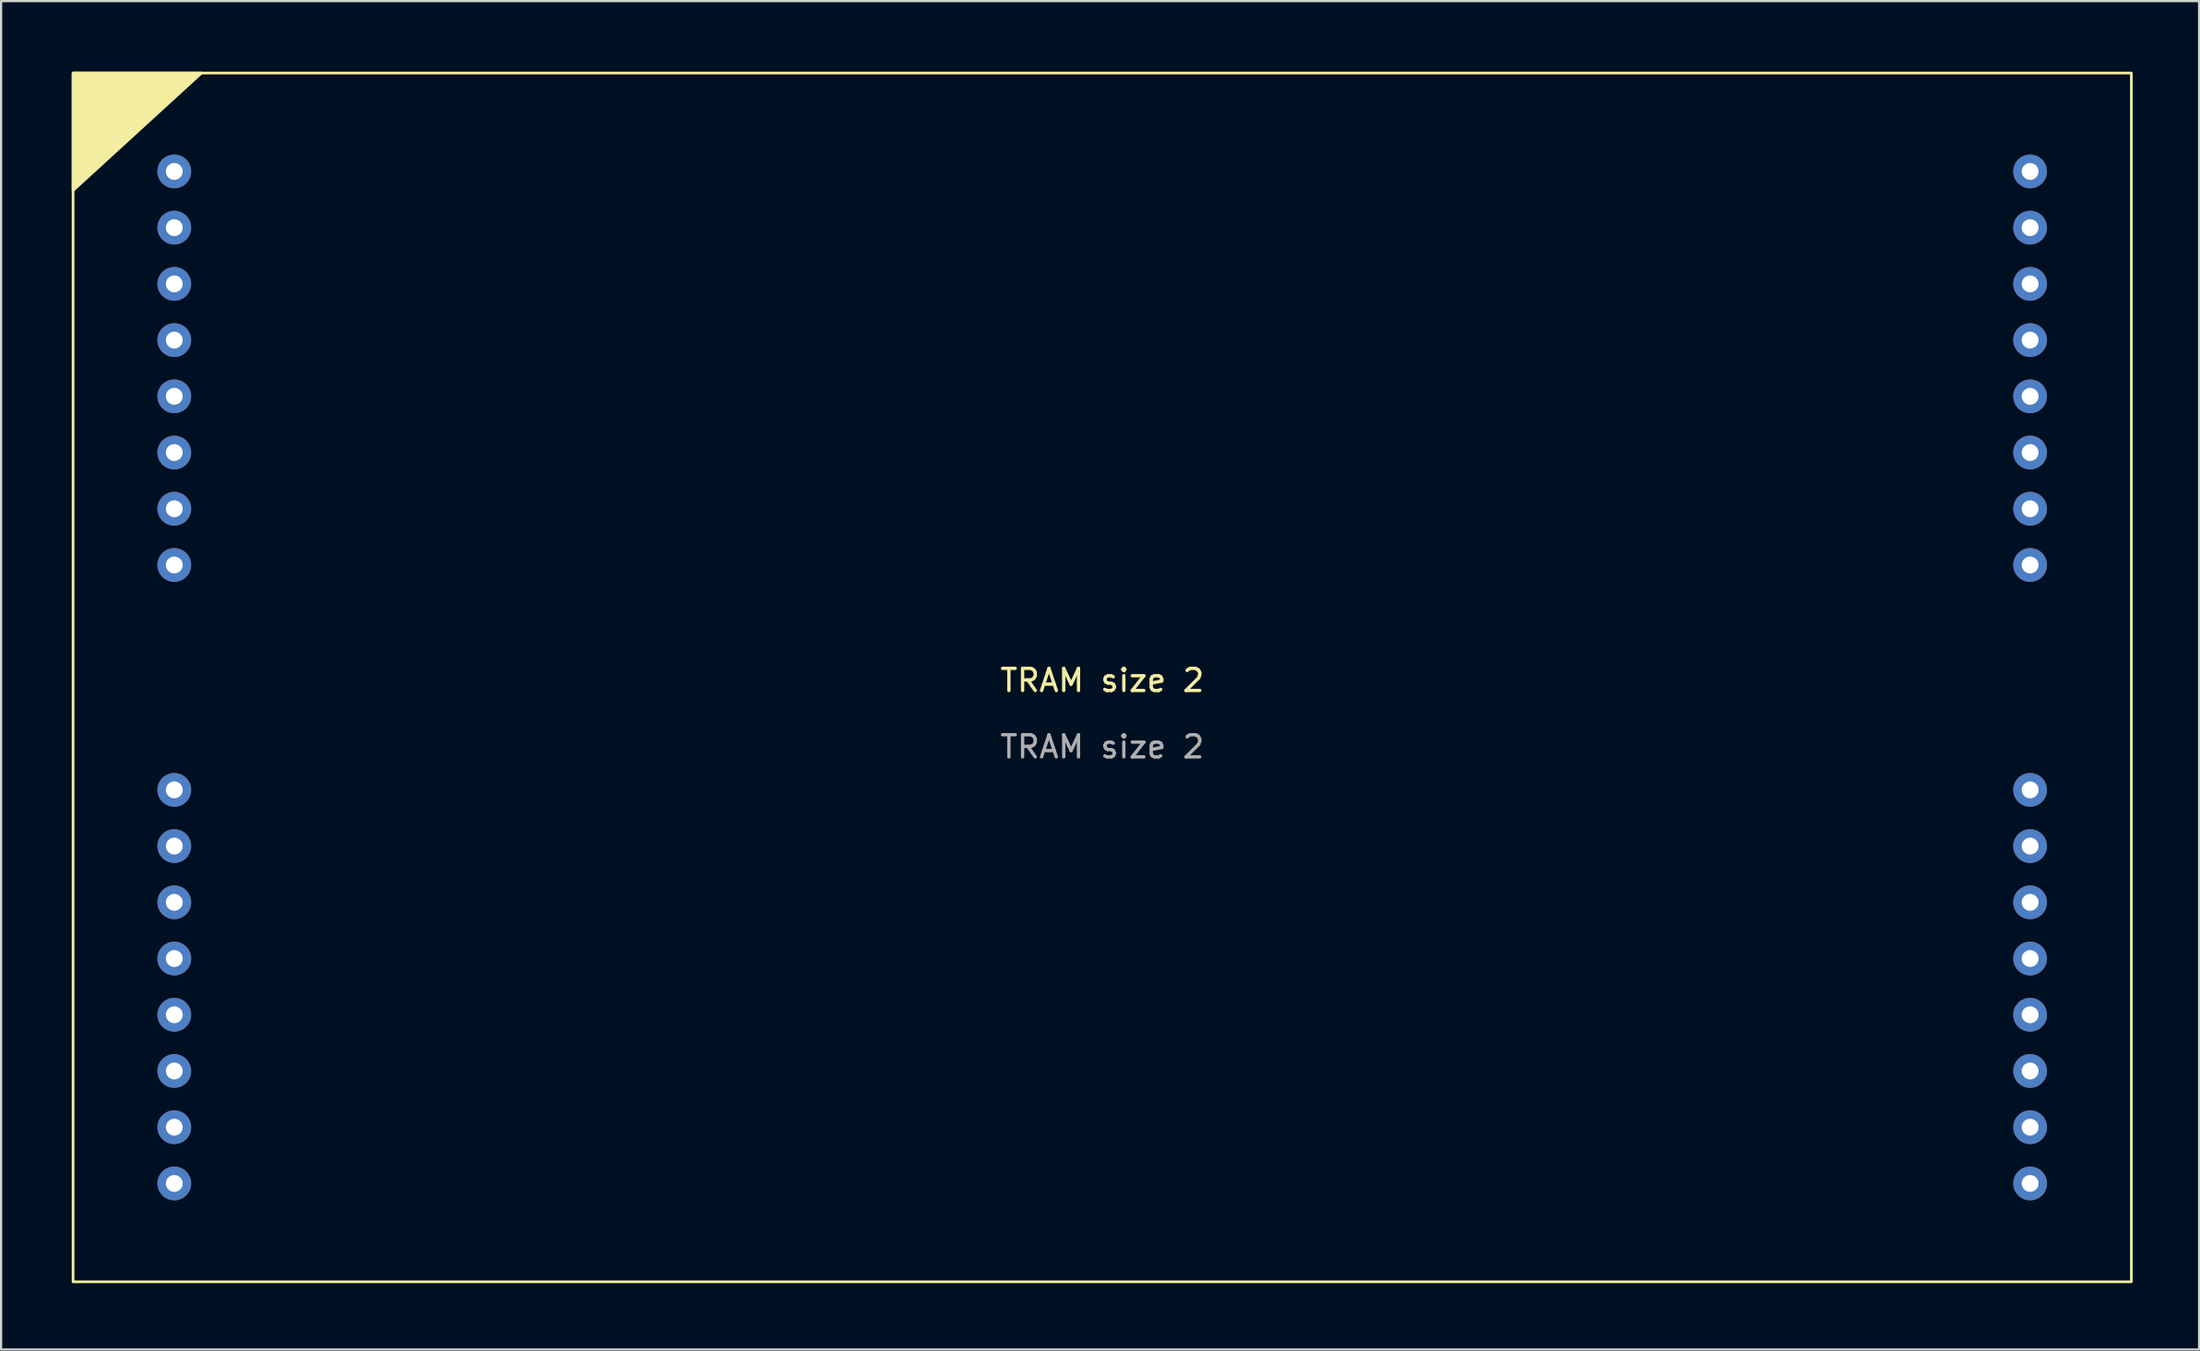
<source format=kicad_pcb>
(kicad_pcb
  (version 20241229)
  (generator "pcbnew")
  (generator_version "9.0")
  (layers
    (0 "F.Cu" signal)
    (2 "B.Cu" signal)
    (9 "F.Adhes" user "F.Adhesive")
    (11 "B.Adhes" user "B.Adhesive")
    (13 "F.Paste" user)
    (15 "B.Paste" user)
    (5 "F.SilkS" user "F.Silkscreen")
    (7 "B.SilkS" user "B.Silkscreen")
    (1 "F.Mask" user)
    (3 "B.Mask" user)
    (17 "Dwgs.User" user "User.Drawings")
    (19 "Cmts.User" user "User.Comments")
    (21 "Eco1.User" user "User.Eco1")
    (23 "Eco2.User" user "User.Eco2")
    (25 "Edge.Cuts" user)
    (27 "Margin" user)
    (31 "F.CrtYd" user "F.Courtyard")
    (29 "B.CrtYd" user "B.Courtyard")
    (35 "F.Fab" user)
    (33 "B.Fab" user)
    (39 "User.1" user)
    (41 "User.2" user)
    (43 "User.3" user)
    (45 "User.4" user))
  (footprint "TRAM size 2"
    (layer "F.Cu")
    (at 0.25 0.25)
    (property "Reference" "TRAM size 2" (at 46.482 27.44 0) (unlocked yes) (layer "F.SilkS") (effects (font (size 1 1) (thickness 0.15))))
    (attr through_hole)
    (fp_rect (start 0 0) (end 92.964 54.61) (stroke (width 0.12) (type solid)) (fill no) (layer "F.SilkS"))
    (fp_poly (pts (xy 0 5.304) (xy 0 0) (xy 5.798 0)) (stroke (width 0.12) (type solid)) (fill yes) (layer "F.SilkS"))
    (fp_text user "${REFERENCE}" (at 46.482 30.44 0) (unlocked yes) (layer "F.Fab") (effects (font (size 1 1) (thickness 0.15))))
    (pad "1" thru_hole circle (at 4.572 4.445) (size 1.524 1.524) (drill 0.762) (layers "*.Cu" "*.Mask"))
    (pad "2" thru_hole circle (at 4.572 6.985) (size 1.524 1.524) (drill 0.762) (layers "*.Cu" "*.Mask"))
    (pad "3" thru_hole circle (at 4.572 9.525) (size 1.524 1.524) (drill 0.762) (layers "*.Cu" "*.Mask"))
    (pad "4" thru_hole circle (at 4.572 12.065) (size 1.524 1.524) (drill 0.762) (layers "*.Cu" "*.Mask"))
    (pad "5" thru_hole circle (at 4.572 14.605) (size 1.524 1.524) (drill 0.762) (layers "*.Cu" "*.Mask"))
    (pad "6" thru_hole circle (at 4.572 17.145) (size 1.524 1.524) (drill 0.762) (layers "*.Cu" "*.Mask"))
    (pad "7" thru_hole circle (at 4.572 19.685) (size 1.524 1.524) (drill 0.762) (layers "*.Cu" "*.Mask"))
    (pad "8" thru_hole circle (at 4.572 22.225) (size 1.524 1.524) (drill 0.762) (layers "*.Cu" "*.Mask"))
    (pad "9" thru_hole circle (at 4.572 32.385) (size 1.524 1.524) (drill 0.762) (layers "*.Cu" "*.Mask"))
    (pad "10" thru_hole circle (at 4.572 34.925) (size 1.524 1.524) (drill 0.762) (layers "*.Cu" "*.Mask"))
    (pad "11" thru_hole circle (at 4.572 37.465) (size 1.524 1.524) (drill 0.762) (layers "*.Cu" "*.Mask"))
    (pad "12" thru_hole circle (at 4.572 40.005) (size 1.524 1.524) (drill 0.762) (layers "*.Cu" "*.Mask"))
    (pad "13" thru_hole circle (at 4.572 42.545) (size 1.524 1.524) (drill 0.762) (layers "*.Cu" "*.Mask"))
    (pad "14" thru_hole circle (at 4.572 45.085) (size 1.524 1.524) (drill 0.762) (layers "*.Cu" "*.Mask"))
    (pad "15" thru_hole circle (at 4.572 47.625) (size 1.524 1.524) (drill 0.762) (layers "*.Cu" "*.Mask"))
    (pad "16" thru_hole circle (at 4.572 50.165) (size 1.524 1.524) (drill 0.762) (layers "*.Cu" "*.Mask"))
    (pad "17" thru_hole circle (at 88.392 50.165) (size 1.524 1.524) (drill 0.762) (layers "*.Cu" "*.Mask"))
    (pad "18" thru_hole circle (at 88.392 47.625) (size 1.524 1.524) (drill 0.762) (layers "*.Cu" "*.Mask"))
    (pad "19" thru_hole circle (at 88.392 45.085) (size 1.524 1.524) (drill 0.762) (layers "*.Cu" "*.Mask"))
    (pad "20" thru_hole circle (at 88.392 42.545) (size 1.524 1.524) (drill 0.762) (layers "*.Cu" "*.Mask"))
    (pad "21" thru_hole circle (at 88.392 40.005) (size 1.524 1.524) (drill 0.762) (layers "*.Cu" "*.Mask"))
    (pad "22" thru_hole circle (at 88.392 37.465) (size 1.524 1.524) (drill 0.762) (layers "*.Cu" "*.Mask"))
    (pad "23" thru_hole circle (at 88.392 34.925) (size 1.524 1.524) (drill 0.762) (layers "*.Cu" "*.Mask"))
    (pad "24" thru_hole circle (at 88.392 32.385) (size 1.524 1.524) (drill 0.762) (layers "*.Cu" "*.Mask"))
    (pad "25" thru_hole circle (at 88.392 22.225) (size 1.524 1.524) (drill 0.762) (layers "*.Cu" "*.Mask"))
    (pad "26" thru_hole circle (at 88.392 19.685) (size 1.524 1.524) (drill 0.762) (layers "*.Cu" "*.Mask"))
    (pad "27" thru_hole circle (at 88.392 17.145) (size 1.524 1.524) (drill 0.762) (layers "*.Cu" "*.Mask"))
    (pad "28" thru_hole circle (at 88.392 14.605) (size 1.524 1.524) (drill 0.762) (layers "*.Cu" "*.Mask"))
    (pad "29" thru_hole circle (at 88.392 12.065) (size 1.524 1.524) (drill 0.762) (layers "*.Cu" "*.Mask"))
    (pad "30" thru_hole circle (at 88.392 9.525) (size 1.524 1.524) (drill 0.762) (layers "*.Cu" "*.Mask"))
    (pad "31" thru_hole circle (at 88.392 6.985) (size 1.524 1.524) (drill 0.762) (layers "*.Cu" "*.Mask"))
    (pad "32" thru_hole circle (at 88.392 4.445) (size 1.524 1.524) (drill 0.762) (layers "*.Cu" "*.Mask")))
  (gr_rect
    (start -3 -3)
    (end 96.274 57.92)
    (stroke (width 0.1) (type default))
    (fill no)
    (layer "Edge.Cuts")))
</source>
